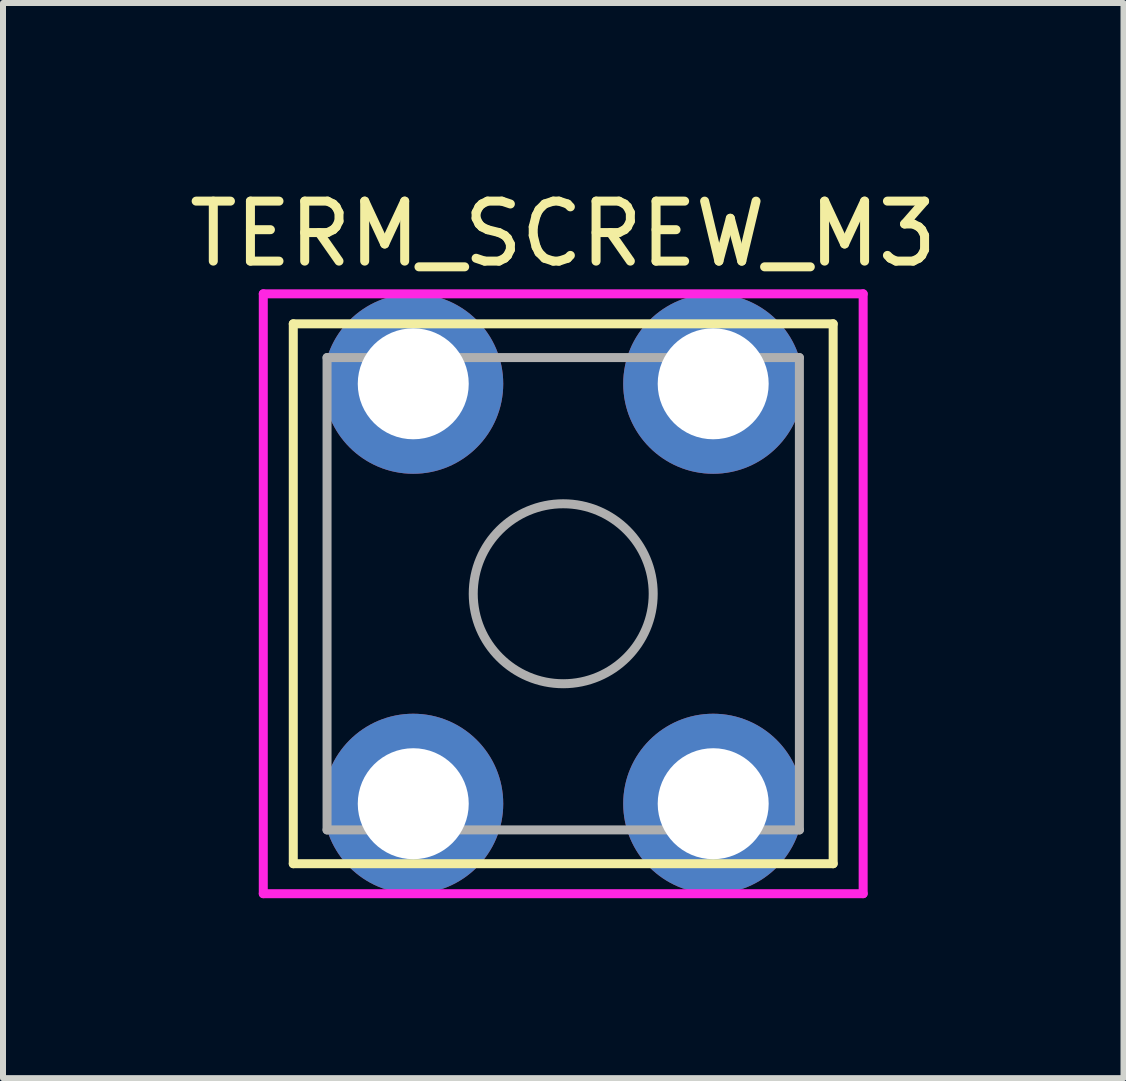
<source format=kicad_pcb>
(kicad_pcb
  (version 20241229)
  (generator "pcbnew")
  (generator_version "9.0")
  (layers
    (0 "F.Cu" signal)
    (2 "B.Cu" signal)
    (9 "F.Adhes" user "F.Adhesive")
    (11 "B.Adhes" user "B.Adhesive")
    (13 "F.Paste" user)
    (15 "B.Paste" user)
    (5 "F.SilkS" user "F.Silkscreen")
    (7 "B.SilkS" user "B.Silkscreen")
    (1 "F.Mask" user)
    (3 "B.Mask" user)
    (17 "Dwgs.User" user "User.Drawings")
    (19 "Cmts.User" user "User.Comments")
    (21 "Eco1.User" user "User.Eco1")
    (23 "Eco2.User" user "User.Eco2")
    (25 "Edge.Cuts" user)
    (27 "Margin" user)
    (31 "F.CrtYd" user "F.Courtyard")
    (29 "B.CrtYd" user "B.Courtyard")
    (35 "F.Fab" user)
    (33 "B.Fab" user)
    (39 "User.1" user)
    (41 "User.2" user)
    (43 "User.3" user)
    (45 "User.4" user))
  (footprint "TERM_SCREW_M3"
    (layer "F.Cu")
    (at 6.339 6.848)
    (property "Reference" "TERM_SCREW_M3" (at 0 -6 0) (layer "F.SilkS") (effects (font (size 1 1) (thickness 0.15))))
    (attr through_hole)
    (fp_line (start -4.5 -4.5) (end 4.5 -4.5) (stroke (width 0.15) (type solid)) (layer "F.SilkS"))
    (fp_line (start -4.5 4.5) (end -4.5 -4.5) (stroke (width 0.15) (type solid)) (layer "F.SilkS"))
    (fp_line (start 4.5 -4.5) (end 4.5 4.5) (stroke (width 0.15) (type solid)) (layer "F.SilkS"))
    (fp_line (start 4.5 4.5) (end -4.5 4.5) (stroke (width 0.15) (type solid)) (layer "F.SilkS"))
    (fp_line (start -5 -5) (end 5 -5) (stroke (width 0.15) (type solid)) (layer "F.CrtYd"))
    (fp_line (start -5 5) (end -5 -5) (stroke (width 0.15) (type solid)) (layer "F.CrtYd"))
    (fp_line (start 5 -5) (end 5 5) (stroke (width 0.15) (type solid)) (layer "F.CrtYd"))
    (fp_line (start 5 5) (end -5 5) (stroke (width 0.15) (type solid)) (layer "F.CrtYd"))
    (fp_line (start -3.937 -3.937) (end -3.937 3.937) (stroke (width 0.15) (type solid)) (layer "F.Fab"))
    (fp_line (start -3.937 3.937) (end 3.937 3.937) (stroke (width 0.15) (type solid)) (layer "F.Fab"))
    (fp_line (start 3.937 -3.937) (end -3.937 -3.937) (stroke (width 0.15) (type solid)) (layer "F.Fab"))
    (fp_line (start 3.937 3.937) (end 3.937 -3.937) (stroke (width 0.15) (type solid)) (layer "F.Fab"))
    (fp_circle (center 0 0) (end 1.5 0) (stroke (width 0.15) (type solid)) (fill no) (layer "F.Fab"))
    (pad "1" thru_hole circle (at -2.5 -3.5) (size 3 3) (drill 1.85) (layers "*.Cu" "*.Mask"))
    (pad "1" thru_hole circle (at -2.5 3.5) (size 3 3) (drill 1.85) (layers "*.Cu" "*.Mask"))
    (pad "1" thru_hole circle (at 2.5 -3.5) (size 3 3) (drill 1.85) (layers "*.Cu" "*.Mask"))
    (pad "1" thru_hole circle (at 2.5 3.5) (size 3 3) (drill 1.85) (layers "*.Cu" "*.Mask")))
  (gr_rect
    (start -3 -3)
    (end 15.679 14.923)
    (stroke (width 0.1) (type default))
    (fill no)
    (layer "Edge.Cuts")))
</source>
